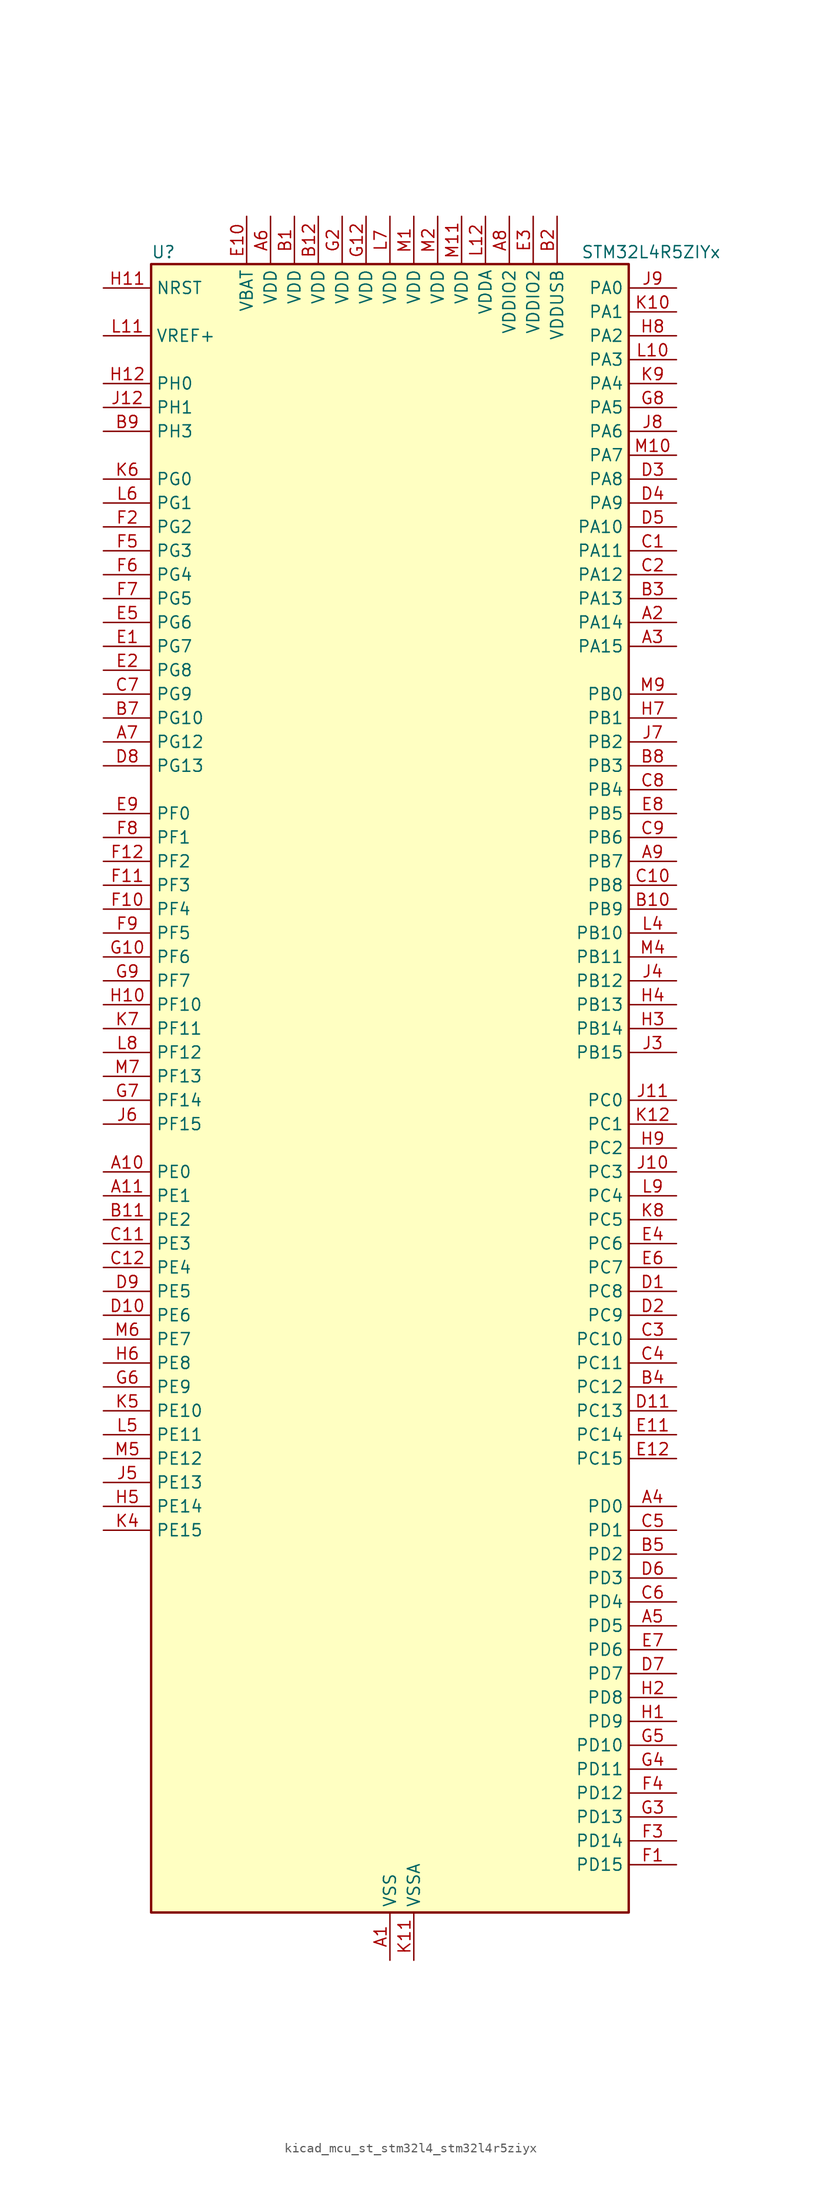
<source format=kicad_sym>
(kicad_symbol_lib
  (version 20220914)
  (generator kicad_symbol_editor)
  (symbol "kicad_mcu_st_stm32l4_stm32l4r5ziyx"
    (property "Reference" "U"
      (at -25.4 90.17 0)
      (effects (font (size 1.27 1.27)) (justify left)))
    (property "Value" "STM32L4R5ZIYx"
      (at 20.32 90.17 0)
      (effects (font (size 1.27 1.27)) (justify left)))
    (property "ki_locked" ""
      (at 0 0 0)
      (effects (font (size 1.27 1.27))))
    (symbol "kicad_mcu_st_stm32l4_stm32l4r5ziyx_0_1"
      (rectangle (start -25.4 -86.36) (end 25.4 88.9) (stroke (width 0.254) (type default)) (fill (type background))))
    (symbol "kicad_mcu_st_stm32l4_stm32l4r5ziyx_1_1"
      (pin power_in line (at 0 -91.44 90) (length 5.08) (name "VSS" (effects (font (size 1.27 1.27)))) (number "A1" (effects (font (size 1.27 1.27)))))
      (pin bidirectional line (at -30.48 -7.62 0) (length 5.08) (name "PE0" (effects (font (size 1.27 1.27)))) (number "A10" (effects (font (size 1.27 1.27)))) (alternate "DCMI_D2" bidirectional line) (alternate "FMC_NBL0" bidirectional line) (alternate "TIM16_CH1" bidirectional line) (alternate "TIM4_ETR" bidirectional line))
      (pin bidirectional line (at -30.48 -10.16 0) (length 5.08) (name "PE1" (effects (font (size 1.27 1.27)))) (number "A11" (effects (font (size 1.27 1.27)))) (alternate "DCMI_D3" bidirectional line) (alternate "FMC_NBL1" bidirectional line) (alternate "TIM17_CH1" bidirectional line))
      (pin passive line (at 0 -91.44 90) (length 5.08) hide (name "VSS" (effects (font (size 1.27 1.27)))) (number "A12" (effects (font (size 1.27 1.27)))))
      (pin bidirectional line (at 30.48 50.8 180) (length 5.08) (name "PA14" (effects (font (size 1.27 1.27)))) (number "A2" (effects (font (size 1.27 1.27)))) (alternate "I2C1_SMBA" bidirectional line) (alternate "I2C4_SMBA" bidirectional line) (alternate "LPTIM1_OUT" bidirectional line) (alternate "SAI1_FS_B" bidirectional line) (alternate "SYS_JTCK-SWCLK" bidirectional line) (alternate "USB_OTG_FS_SOF" bidirectional line))
      (pin bidirectional line (at 30.48 48.26 180) (length 5.08) (name "PA15" (effects (font (size 1.27 1.27)))) (number "A3" (effects (font (size 1.27 1.27)))) (alternate "ADC1_EXTI15" bidirectional line) (alternate "SAI2_FS_B" bidirectional line) (alternate "SPI1_NSS" bidirectional line) (alternate "SPI3_NSS" bidirectional line) (alternate "SYS_JTDI" bidirectional line) (alternate "TIM2_CH1" bidirectional line) (alternate "TIM2_ETR" bidirectional line) (alternate "TSC_G3_IO1" bidirectional line) (alternate "UART4_DE" bidirectional line) (alternate "UART4_RTS" bidirectional line) (alternate "USART2_RX" bidirectional line) (alternate "USART3_DE" bidirectional line) (alternate "USART3_RTS" bidirectional line))
      (pin bidirectional line (at 30.48 -43.18 180) (length 5.08) (name "PD0" (effects (font (size 1.27 1.27)))) (number "A4" (effects (font (size 1.27 1.27)))) (alternate "CAN1_RX" bidirectional line) (alternate "DFSDM1_DATIN7" bidirectional line) (alternate "FMC_D2" bidirectional line) (alternate "FMC_DA2" bidirectional line) (alternate "SPI2_NSS" bidirectional line))
      (pin bidirectional line (at 30.48 -55.88 180) (length 5.08) (name "PD5" (effects (font (size 1.27 1.27)))) (number "A5" (effects (font (size 1.27 1.27)))) (alternate "FMC_NWE" bidirectional line) (alternate "OCTOSPIM_P1_IO5" bidirectional line) (alternate "USART2_TX" bidirectional line))
      (pin power_in line (at -12.7 93.98 270) (length 5.08) (name "VDD" (effects (font (size 1.27 1.27)))) (number "A6" (effects (font (size 1.27 1.27)))))
      (pin bidirectional line (at -30.48 38.1 0) (length 5.08) (name "PG12" (effects (font (size 1.27 1.27)))) (number "A7" (effects (font (size 1.27 1.27)))) (alternate "FMC_NE4" bidirectional line) (alternate "LPTIM1_ETR" bidirectional line) (alternate "OCTOSPIM_P2_NCS" bidirectional line) (alternate "SAI2_SD_A" bidirectional line) (alternate "SPI3_NSS" bidirectional line) (alternate "USART1_DE" bidirectional line) (alternate "USART1_RTS" bidirectional line))
      (pin power_in line (at 12.7 93.98 270) (length 5.08) (name "VDDIO2" (effects (font (size 1.27 1.27)))) (number "A8" (effects (font (size 1.27 1.27)))))
      (pin bidirectional line (at 30.48 25.4 180) (length 5.08) (name "PB7" (effects (font (size 1.27 1.27)))) (number "A9" (effects (font (size 1.27 1.27)))) (alternate "COMP2_INM" bidirectional line) (alternate "DCMI_VSYNC" bidirectional line) (alternate "DFSDM1_CKIN5" bidirectional line) (alternate "FMC_NL" bidirectional line) (alternate "I2C1_SDA" bidirectional line) (alternate "I2C4_SDA" bidirectional line) (alternate "LPTIM1_IN2" bidirectional line) (alternate "SYS_PVD_IN" bidirectional line) (alternate "TIM17_CH1N" bidirectional line) (alternate "TIM4_CH2" bidirectional line) (alternate "TIM8_BKIN" bidirectional line) (alternate "TSC_G2_IO4" bidirectional line) (alternate "UART4_CTS" bidirectional line) (alternate "USART1_RX" bidirectional line))
      (pin power_in line (at -10.16 93.98 270) (length 5.08) (name "VDD" (effects (font (size 1.27 1.27)))) (number "B1" (effects (font (size 1.27 1.27)))))
      (pin bidirectional line (at 30.48 20.32 180) (length 5.08) (name "PB9" (effects (font (size 1.27 1.27)))) (number "B10" (effects (font (size 1.27 1.27)))) (alternate "CAN1_TX" bidirectional line) (alternate "DAC1_EXTI9" bidirectional line) (alternate "DCMI_D7" bidirectional line) (alternate "DFSDM1_CKIN6" bidirectional line) (alternate "I2C1_SDA" bidirectional line) (alternate "IR_OUT" bidirectional line) (alternate "SAI1_D2" bidirectional line) (alternate "SAI1_FS_A" bidirectional line) (alternate "SDMMC1_CDIR" bidirectional line) (alternate "SDMMC1_D5" bidirectional line) (alternate "SPI2_NSS" bidirectional line) (alternate "TIM17_CH1" bidirectional line) (alternate "TIM4_CH4" bidirectional line))
      (pin bidirectional line (at -30.48 -12.7 0) (length 5.08) (name "PE2" (effects (font (size 1.27 1.27)))) (number "B11" (effects (font (size 1.27 1.27)))) (alternate "FMC_A23" bidirectional line) (alternate "SAI1_CK1" bidirectional line) (alternate "SAI1_MCLK_A" bidirectional line) (alternate "SYS_TRACECLK" bidirectional line) (alternate "TIM3_ETR" bidirectional line) (alternate "TSC_G7_IO1" bidirectional line))
      (pin power_in line (at -7.62 93.98 270) (length 5.08) (name "VDD" (effects (font (size 1.27 1.27)))) (number "B12" (effects (font (size 1.27 1.27)))))
      (pin power_in line (at 17.78 93.98 270) (length 5.08) (name "VDDUSB" (effects (font (size 1.27 1.27)))) (number "B2" (effects (font (size 1.27 1.27)))))
      (pin bidirectional line (at 30.48 53.34 180) (length 5.08) (name "PA13" (effects (font (size 1.27 1.27)))) (number "B3" (effects (font (size 1.27 1.27)))) (alternate "IR_OUT" bidirectional line) (alternate "SAI1_SD_B" bidirectional line) (alternate "SYS_JTMS-SWDIO" bidirectional line) (alternate "USB_OTG_FS_NOE" bidirectional line))
      (pin bidirectional line (at 30.48 -30.48 180) (length 5.08) (name "PC12" (effects (font (size 1.27 1.27)))) (number "B4" (effects (font (size 1.27 1.27)))) (alternate "DCMI_D9" bidirectional line) (alternate "SAI2_SD_B" bidirectional line) (alternate "SDMMC1_CK" bidirectional line) (alternate "SPI3_MOSI" bidirectional line) (alternate "SYS_TRACED3" bidirectional line) (alternate "TSC_G3_IO4" bidirectional line) (alternate "UART5_TX" bidirectional line) (alternate "USART3_CK" bidirectional line))
      (pin bidirectional line (at 30.48 -48.26 180) (length 5.08) (name "PD2" (effects (font (size 1.27 1.27)))) (number "B5" (effects (font (size 1.27 1.27)))) (alternate "DCMI_D11" bidirectional line) (alternate "SDMMC1_CMD" bidirectional line) (alternate "SYS_TRACED2" bidirectional line) (alternate "TIM3_ETR" bidirectional line) (alternate "TSC_SYNC" bidirectional line) (alternate "UART5_RX" bidirectional line) (alternate "USART3_DE" bidirectional line) (alternate "USART3_RTS" bidirectional line))
      (pin passive line (at 0 -91.44 90) (length 5.08) hide (name "VSS" (effects (font (size 1.27 1.27)))) (number "B6" (effects (font (size 1.27 1.27)))))
      (pin bidirectional line (at -30.48 40.64 0) (length 5.08) (name "PG10" (effects (font (size 1.27 1.27)))) (number "B7" (effects (font (size 1.27 1.27)))) (alternate "FMC_NE3" bidirectional line) (alternate "LPTIM1_IN1" bidirectional line) (alternate "OCTOSPIM_P2_IO7" bidirectional line) (alternate "SAI2_FS_A" bidirectional line) (alternate "SPI3_MISO" bidirectional line) (alternate "TIM15_CH1" bidirectional line) (alternate "USART1_RX" bidirectional line))
      (pin bidirectional line (at 30.48 35.56 180) (length 5.08) (name "PB3" (effects (font (size 1.27 1.27)))) (number "B8" (effects (font (size 1.27 1.27)))) (alternate "COMP2_INM" bidirectional line) (alternate "CRS_SYNC" bidirectional line) (alternate "SAI1_SCK_B" bidirectional line) (alternate "SPI1_SCK" bidirectional line) (alternate "SPI3_SCK" bidirectional line) (alternate "SYS_JTDO-SWO" bidirectional line) (alternate "TIM2_CH2" bidirectional line) (alternate "USART1_DE" bidirectional line) (alternate "USART1_RTS" bidirectional line))
      (pin bidirectional line (at -30.48 71.12 0) (length 5.08) (name "PH3" (effects (font (size 1.27 1.27)))) (number "B9" (effects (font (size 1.27 1.27)))))
      (pin bidirectional line (at 30.48 58.42 180) (length 5.08) (name "PA11" (effects (font (size 1.27 1.27)))) (number "C1" (effects (font (size 1.27 1.27)))) (alternate "ADC1_EXTI11" bidirectional line) (alternate "CAN1_RX" bidirectional line) (alternate "SPI1_MISO" bidirectional line) (alternate "TIM1_BKIN2" bidirectional line) (alternate "TIM1_CH4" bidirectional line) (alternate "USART1_CTS" bidirectional line) (alternate "USART1_NSS" bidirectional line) (alternate "USB_OTG_FS_DM" bidirectional line))
      (pin bidirectional line (at 30.48 22.86 180) (length 5.08) (name "PB8" (effects (font (size 1.27 1.27)))) (number "C10" (effects (font (size 1.27 1.27)))) (alternate "CAN1_RX" bidirectional line) (alternate "DCMI_D6" bidirectional line) (alternate "DFSDM1_CKOUT" bidirectional line) (alternate "DFSDM1_DATIN6" bidirectional line) (alternate "I2C1_SCL" bidirectional line) (alternate "SAI1_CK1" bidirectional line) (alternate "SAI1_MCLK_A" bidirectional line) (alternate "SDMMC1_CKIN" bidirectional line) (alternate "SDMMC1_D4" bidirectional line) (alternate "TIM16_CH1" bidirectional line) (alternate "TIM4_CH3" bidirectional line))
      (pin bidirectional line (at -30.48 -15.24 0) (length 5.08) (name "PE3" (effects (font (size 1.27 1.27)))) (number "C11" (effects (font (size 1.27 1.27)))) (alternate "FMC_A19" bidirectional line) (alternate "OCTOSPIM_P1_DQS" bidirectional line) (alternate "SAI1_SD_B" bidirectional line) (alternate "SYS_TRACED0" bidirectional line) (alternate "TIM3_CH1" bidirectional line) (alternate "TSC_G7_IO2" bidirectional line))
      (pin bidirectional line (at -30.48 -17.78 0) (length 5.08) (name "PE4" (effects (font (size 1.27 1.27)))) (number "C12" (effects (font (size 1.27 1.27)))) (alternate "DCMI_D4" bidirectional line) (alternate "DFSDM1_DATIN3" bidirectional line) (alternate "FMC_A20" bidirectional line) (alternate "SAI1_D2" bidirectional line) (alternate "SAI1_FS_A" bidirectional line) (alternate "SYS_TRACED1" bidirectional line) (alternate "TIM3_CH2" bidirectional line) (alternate "TSC_G7_IO3" bidirectional line))
      (pin bidirectional line (at 30.48 55.88 180) (length 5.08) (name "PA12" (effects (font (size 1.27 1.27)))) (number "C2" (effects (font (size 1.27 1.27)))) (alternate "CAN1_TX" bidirectional line) (alternate "SPI1_MOSI" bidirectional line) (alternate "TIM1_ETR" bidirectional line) (alternate "USART1_DE" bidirectional line) (alternate "USART1_RTS" bidirectional line) (alternate "USB_OTG_FS_DP" bidirectional line))
      (pin bidirectional line (at 30.48 -25.4 180) (length 5.08) (name "PC10" (effects (font (size 1.27 1.27)))) (number "C3" (effects (font (size 1.27 1.27)))) (alternate "DCMI_D8" bidirectional line) (alternate "SAI2_SCK_B" bidirectional line) (alternate "SDMMC1_D2" bidirectional line) (alternate "SPI3_SCK" bidirectional line) (alternate "SYS_TRACED1" bidirectional line) (alternate "TSC_G3_IO2" bidirectional line) (alternate "UART4_TX" bidirectional line) (alternate "USART3_TX" bidirectional line))
      (pin bidirectional line (at 30.48 -27.94 180) (length 5.08) (name "PC11" (effects (font (size 1.27 1.27)))) (number "C4" (effects (font (size 1.27 1.27)))) (alternate "ADC1_EXTI11" bidirectional line) (alternate "DCMI_D2" bidirectional line) (alternate "DCMI_D4" bidirectional line) (alternate "OCTOSPIM_P1_NCS" bidirectional line) (alternate "SAI2_MCLK_B" bidirectional line) (alternate "SDMMC1_D3" bidirectional line) (alternate "SPI3_MISO" bidirectional line) (alternate "TSC_G3_IO3" bidirectional line) (alternate "UART4_RX" bidirectional line) (alternate "USART3_RX" bidirectional line))
      (pin bidirectional line (at 30.48 -45.72 180) (length 5.08) (name "PD1" (effects (font (size 1.27 1.27)))) (number "C5" (effects (font (size 1.27 1.27)))) (alternate "CAN1_TX" bidirectional line) (alternate "DFSDM1_CKIN7" bidirectional line) (alternate "FMC_D3" bidirectional line) (alternate "FMC_DA3" bidirectional line) (alternate "SPI2_SCK" bidirectional line))
      (pin bidirectional line (at 30.48 -53.34 180) (length 5.08) (name "PD4" (effects (font (size 1.27 1.27)))) (number "C6" (effects (font (size 1.27 1.27)))) (alternate "DFSDM1_CKIN0" bidirectional line) (alternate "FMC_NOE" bidirectional line) (alternate "OCTOSPIM_P1_IO4" bidirectional line) (alternate "SPI2_MOSI" bidirectional line) (alternate "USART2_DE" bidirectional line) (alternate "USART2_RTS" bidirectional line))
      (pin bidirectional line (at -30.48 43.18 0) (length 5.08) (name "PG9" (effects (font (size 1.27 1.27)))) (number "C7" (effects (font (size 1.27 1.27)))) (alternate "DAC1_EXTI9" bidirectional line) (alternate "FMC_NCE" bidirectional line) (alternate "FMC_NE2" bidirectional line) (alternate "OCTOSPIM_P2_IO6" bidirectional line) (alternate "SAI2_SCK_A" bidirectional line) (alternate "SPI3_SCK" bidirectional line) (alternate "TIM15_CH1N" bidirectional line) (alternate "USART1_TX" bidirectional line))
      (pin bidirectional line (at 30.48 33.02 180) (length 5.08) (name "PB4" (effects (font (size 1.27 1.27)))) (number "C8" (effects (font (size 1.27 1.27)))) (alternate "COMP2_INP" bidirectional line) (alternate "DCMI_D12" bidirectional line) (alternate "I2C3_SDA" bidirectional line) (alternate "SAI1_MCLK_B" bidirectional line) (alternate "SPI1_MISO" bidirectional line) (alternate "SPI3_MISO" bidirectional line) (alternate "SYS_JTRST" bidirectional line) (alternate "TIM17_BKIN" bidirectional line) (alternate "TIM3_CH1" bidirectional line) (alternate "TSC_G2_IO1" bidirectional line) (alternate "UART5_DE" bidirectional line) (alternate "UART5_RTS" bidirectional line) (alternate "USART1_CTS" bidirectional line) (alternate "USART1_NSS" bidirectional line))
      (pin bidirectional line (at 30.48 27.94 180) (length 5.08) (name "PB6" (effects (font (size 1.27 1.27)))) (number "C9" (effects (font (size 1.27 1.27)))) (alternate "COMP2_INP" bidirectional line) (alternate "DCMI_D5" bidirectional line) (alternate "DFSDM1_DATIN5" bidirectional line) (alternate "I2C1_SCL" bidirectional line) (alternate "I2C4_SCL" bidirectional line) (alternate "LPTIM1_ETR" bidirectional line) (alternate "SAI1_FS_B" bidirectional line) (alternate "TIM16_CH1N" bidirectional line) (alternate "TIM4_CH1" bidirectional line) (alternate "TIM8_BKIN2" bidirectional line) (alternate "TSC_G2_IO3" bidirectional line) (alternate "USART1_TX" bidirectional line))
      (pin bidirectional line (at 30.48 -20.32 180) (length 5.08) (name "PC8" (effects (font (size 1.27 1.27)))) (number "D1" (effects (font (size 1.27 1.27)))) (alternate "DCMI_D2" bidirectional line) (alternate "SDMMC1_D0" bidirectional line) (alternate "TIM3_CH3" bidirectional line) (alternate "TIM8_CH3" bidirectional line) (alternate "TSC_G4_IO3" bidirectional line))
      (pin bidirectional line (at -30.48 -22.86 0) (length 5.08) (name "PE6" (effects (font (size 1.27 1.27)))) (number "D10" (effects (font (size 1.27 1.27)))) (alternate "DCMI_D7" bidirectional line) (alternate "FMC_A22" bidirectional line) (alternate "RTC_TAMP3" bidirectional line) (alternate "SAI1_D1" bidirectional line) (alternate "SAI1_SD_A" bidirectional line) (alternate "SYS_TRACED3" bidirectional line) (alternate "SYS_WKUP3" bidirectional line) (alternate "TIM3_CH4" bidirectional line))
      (pin bidirectional line (at 30.48 -33.02 180) (length 5.08) (name "PC13" (effects (font (size 1.27 1.27)))) (number "D11" (effects (font (size 1.27 1.27)))) (alternate "RTC_OUT_ALARM" bidirectional line) (alternate "RTC_OUT_CALIB" bidirectional line) (alternate "RTC_TAMP1" bidirectional line) (alternate "RTC_TS" bidirectional line) (alternate "SYS_WKUP2" bidirectional line))
      (pin passive line (at 0 -91.44 90) (length 5.08) hide (name "VSS" (effects (font (size 1.27 1.27)))) (number "D12" (effects (font (size 1.27 1.27)))))
      (pin bidirectional line (at 30.48 -22.86 180) (length 5.08) (name "PC9" (effects (font (size 1.27 1.27)))) (number "D2" (effects (font (size 1.27 1.27)))) (alternate "DAC1_EXTI9" bidirectional line) (alternate "DCMI_D3" bidirectional line) (alternate "I2C3_SDA" bidirectional line) (alternate "SAI2_EXTCLK" bidirectional line) (alternate "SDMMC1_D1" bidirectional line) (alternate "SYS_TRACED0" bidirectional line) (alternate "TIM3_CH4" bidirectional line) (alternate "TIM8_BKIN2" bidirectional line) (alternate "TIM8_CH4" bidirectional line) (alternate "TSC_G4_IO4" bidirectional line) (alternate "USB_OTG_FS_NOE" bidirectional line))
      (pin bidirectional line (at 30.48 66.04 180) (length 5.08) (name "PA8" (effects (font (size 1.27 1.27)))) (number "D3" (effects (font (size 1.27 1.27)))) (alternate "LPTIM2_OUT" bidirectional line) (alternate "RCC_MCO" bidirectional line) (alternate "SAI1_CK2" bidirectional line) (alternate "SAI1_SCK_A" bidirectional line) (alternate "TIM1_CH1" bidirectional line) (alternate "USART1_CK" bidirectional line) (alternate "USB_OTG_FS_SOF" bidirectional line))
      (pin bidirectional line (at 30.48 63.5 180) (length 5.08) (name "PA9" (effects (font (size 1.27 1.27)))) (number "D4" (effects (font (size 1.27 1.27)))) (alternate "DAC1_EXTI9" bidirectional line) (alternate "DCMI_D0" bidirectional line) (alternate "SAI1_FS_A" bidirectional line) (alternate "SPI2_SCK" bidirectional line) (alternate "TIM15_BKIN" bidirectional line) (alternate "TIM1_CH2" bidirectional line) (alternate "USART1_TX" bidirectional line) (alternate "USB_OTG_FS_VBUS" bidirectional line))
      (pin bidirectional line (at 30.48 60.96 180) (length 5.08) (name "PA10" (effects (font (size 1.27 1.27)))) (number "D5" (effects (font (size 1.27 1.27)))) (alternate "DCMI_D1" bidirectional line) (alternate "SAI1_D1" bidirectional line) (alternate "SAI1_SD_A" bidirectional line) (alternate "TIM17_BKIN" bidirectional line) (alternate "TIM1_CH3" bidirectional line) (alternate "USART1_RX" bidirectional line) (alternate "USB_OTG_FS_ID" bidirectional line))
      (pin bidirectional line (at 30.48 -50.8 180) (length 5.08) (name "PD3" (effects (font (size 1.27 1.27)))) (number "D6" (effects (font (size 1.27 1.27)))) (alternate "DCMI_D5" bidirectional line) (alternate "DFSDM1_DATIN0" bidirectional line) (alternate "FMC_CLK" bidirectional line) (alternate "OCTOSPIM_P2_NCS" bidirectional line) (alternate "SPI2_MISO" bidirectional line) (alternate "SPI2_SCK" bidirectional line) (alternate "USART2_CTS" bidirectional line) (alternate "USART2_NSS" bidirectional line))
      (pin bidirectional line (at 30.48 -60.96 180) (length 5.08) (name "PD7" (effects (font (size 1.27 1.27)))) (number "D7" (effects (font (size 1.27 1.27)))) (alternate "DFSDM1_CKIN1" bidirectional line) (alternate "FMC_NCE" bidirectional line) (alternate "FMC_NE1" bidirectional line) (alternate "OCTOSPIM_P1_IO7" bidirectional line) (alternate "USART2_CK" bidirectional line))
      (pin bidirectional line (at -30.48 35.56 0) (length 5.08) (name "PG13" (effects (font (size 1.27 1.27)))) (number "D8" (effects (font (size 1.27 1.27)))) (alternate "FMC_A24" bidirectional line) (alternate "I2C1_SDA" bidirectional line) (alternate "USART1_CK" bidirectional line))
      (pin bidirectional line (at -30.48 -20.32 0) (length 5.08) (name "PE5" (effects (font (size 1.27 1.27)))) (number "D9" (effects (font (size 1.27 1.27)))) (alternate "DCMI_D6" bidirectional line) (alternate "DFSDM1_CKIN3" bidirectional line) (alternate "FMC_A21" bidirectional line) (alternate "SAI1_CK2" bidirectional line) (alternate "SAI1_SCK_A" bidirectional line) (alternate "SYS_TRACED2" bidirectional line) (alternate "TIM3_CH3" bidirectional line) (alternate "TSC_G7_IO4" bidirectional line))
      (pin bidirectional line (at -30.48 48.26 0) (length 5.08) (name "PG7" (effects (font (size 1.27 1.27)))) (number "E1" (effects (font (size 1.27 1.27)))) (alternate "DFSDM1_CKOUT" bidirectional line) (alternate "FMC_INT" bidirectional line) (alternate "I2C3_SCL" bidirectional line) (alternate "LPUART1_TX" bidirectional line) (alternate "OCTOSPIM_P2_DQS" bidirectional line) (alternate "SAI1_CK1" bidirectional line) (alternate "SAI1_MCLK_A" bidirectional line))
      (pin power_in line (at -15.24 93.98 270) (length 5.08) (name "VBAT" (effects (font (size 1.27 1.27)))) (number "E10" (effects (font (size 1.27 1.27)))))
      (pin bidirectional line (at 30.48 -35.56 180) (length 5.08) (name "PC14" (effects (font (size 1.27 1.27)))) (number "E11" (effects (font (size 1.27 1.27)))) (alternate "RCC_OSC32_IN" bidirectional line))
      (pin bidirectional line (at 30.48 -38.1 180) (length 5.08) (name "PC15" (effects (font (size 1.27 1.27)))) (number "E12" (effects (font (size 1.27 1.27)))) (alternate "ADC1_EXTI15" bidirectional line) (alternate "RCC_OSC32_OUT" bidirectional line))
      (pin bidirectional line (at -30.48 45.72 0) (length 5.08) (name "PG8" (effects (font (size 1.27 1.27)))) (number "E2" (effects (font (size 1.27 1.27)))) (alternate "I2C3_SDA" bidirectional line) (alternate "LPUART1_RX" bidirectional line))
      (pin power_in line (at 15.24 93.98 270) (length 5.08) (name "VDDIO2" (effects (font (size 1.27 1.27)))) (number "E3" (effects (font (size 1.27 1.27)))))
      (pin bidirectional line (at 30.48 -15.24 180) (length 5.08) (name "PC6" (effects (font (size 1.27 1.27)))) (number "E4" (effects (font (size 1.27 1.27)))) (alternate "DCMI_D0" bidirectional line) (alternate "DFSDM1_CKIN3" bidirectional line) (alternate "SAI2_MCLK_A" bidirectional line) (alternate "SDMMC1_D0DIR" bidirectional line) (alternate "SDMMC1_D6" bidirectional line) (alternate "TIM3_CH1" bidirectional line) (alternate "TIM8_CH1" bidirectional line) (alternate "TSC_G4_IO1" bidirectional line))
      (pin bidirectional line (at -30.48 50.8 0) (length 5.08) (name "PG6" (effects (font (size 1.27 1.27)))) (number "E5" (effects (font (size 1.27 1.27)))) (alternate "I2C3_SMBA" bidirectional line) (alternate "LPUART1_DE" bidirectional line) (alternate "LPUART1_RTS" bidirectional line) (alternate "OCTOSPIM_P1_DQS" bidirectional line))
      (pin bidirectional line (at 30.48 -17.78 180) (length 5.08) (name "PC7" (effects (font (size 1.27 1.27)))) (number "E6" (effects (font (size 1.27 1.27)))) (alternate "DCMI_D1" bidirectional line) (alternate "DFSDM1_DATIN3" bidirectional line) (alternate "SAI2_MCLK_B" bidirectional line) (alternate "SDMMC1_D123DIR" bidirectional line) (alternate "SDMMC1_D7" bidirectional line) (alternate "TIM3_CH2" bidirectional line) (alternate "TIM8_CH2" bidirectional line) (alternate "TSC_G4_IO2" bidirectional line))
      (pin bidirectional line (at 30.48 -58.42 180) (length 5.08) (name "PD6" (effects (font (size 1.27 1.27)))) (number "E7" (effects (font (size 1.27 1.27)))) (alternate "DCMI_D10" bidirectional line) (alternate "DFSDM1_DATIN1" bidirectional line) (alternate "FMC_NWAIT" bidirectional line) (alternate "OCTOSPIM_P1_IO6" bidirectional line) (alternate "SAI1_D1" bidirectional line) (alternate "SAI1_SD_A" bidirectional line) (alternate "SPI3_MOSI" bidirectional line) (alternate "USART2_RX" bidirectional line))
      (pin bidirectional line (at 30.48 30.48 180) (length 5.08) (name "PB5" (effects (font (size 1.27 1.27)))) (number "E8" (effects (font (size 1.27 1.27)))) (alternate "COMP2_OUT" bidirectional line) (alternate "DCMI_D10" bidirectional line) (alternate "I2C1_SMBA" bidirectional line) (alternate "LPTIM1_IN1" bidirectional line) (alternate "SAI1_SD_B" bidirectional line) (alternate "SPI1_MOSI" bidirectional line) (alternate "SPI3_MOSI" bidirectional line) (alternate "TIM16_BKIN" bidirectional line) (alternate "TIM3_CH2" bidirectional line) (alternate "TSC_G2_IO2" bidirectional line) (alternate "UART5_CTS" bidirectional line) (alternate "USART1_CK" bidirectional line))
      (pin bidirectional line (at -30.48 30.48 0) (length 5.08) (name "PF0" (effects (font (size 1.27 1.27)))) (number "E9" (effects (font (size 1.27 1.27)))) (alternate "FMC_A0" bidirectional line) (alternate "I2C2_SDA" bidirectional line) (alternate "OCTOSPIM_P2_IO0" bidirectional line))
      (pin bidirectional line (at 30.48 -81.28 180) (length 5.08) (name "PD15" (effects (font (size 1.27 1.27)))) (number "F1" (effects (font (size 1.27 1.27)))) (alternate "ADC1_EXTI15" bidirectional line) (alternate "FMC_D1" bidirectional line) (alternate "FMC_DA1" bidirectional line) (alternate "TIM4_CH4" bidirectional line))
      (pin bidirectional line (at -30.48 20.32 0) (length 5.08) (name "PF4" (effects (font (size 1.27 1.27)))) (number "F10" (effects (font (size 1.27 1.27)))) (alternate "FMC_A4" bidirectional line) (alternate "OCTOSPIM_P2_CLK" bidirectional line))
      (pin bidirectional line (at -30.48 22.86 0) (length 5.08) (name "PF3" (effects (font (size 1.27 1.27)))) (number "F11" (effects (font (size 1.27 1.27)))) (alternate "FMC_A3" bidirectional line) (alternate "OCTOSPIM_P2_IO3" bidirectional line))
      (pin bidirectional line (at -30.48 25.4 0) (length 5.08) (name "PF2" (effects (font (size 1.27 1.27)))) (number "F12" (effects (font (size 1.27 1.27)))) (alternate "FMC_A2" bidirectional line) (alternate "I2C2_SMBA" bidirectional line) (alternate "OCTOSPIM_P2_IO2" bidirectional line))
      (pin bidirectional line (at -30.48 60.96 0) (length 5.08) (name "PG2" (effects (font (size 1.27 1.27)))) (number "F2" (effects (font (size 1.27 1.27)))) (alternate "FMC_A12" bidirectional line) (alternate "SAI2_SCK_B" bidirectional line) (alternate "SPI1_SCK" bidirectional line))
      (pin bidirectional line (at 30.48 -78.74 180) (length 5.08) (name "PD14" (effects (font (size 1.27 1.27)))) (number "F3" (effects (font (size 1.27 1.27)))) (alternate "FMC_D0" bidirectional line) (alternate "FMC_DA0" bidirectional line) (alternate "TIM4_CH3" bidirectional line))
      (pin bidirectional line (at 30.48 -73.66 180) (length 5.08) (name "PD12" (effects (font (size 1.27 1.27)))) (number "F4" (effects (font (size 1.27 1.27)))) (alternate "FMC_A17" bidirectional line) (alternate "FMC_ALE" bidirectional line) (alternate "I2C4_SCL" bidirectional line) (alternate "LPTIM2_IN1" bidirectional line) (alternate "SAI2_FS_A" bidirectional line) (alternate "TIM4_CH1" bidirectional line) (alternate "TSC_G6_IO3" bidirectional line) (alternate "USART3_DE" bidirectional line) (alternate "USART3_RTS" bidirectional line))
      (pin bidirectional line (at -30.48 58.42 0) (length 5.08) (name "PG3" (effects (font (size 1.27 1.27)))) (number "F5" (effects (font (size 1.27 1.27)))) (alternate "FMC_A13" bidirectional line) (alternate "SAI2_FS_B" bidirectional line) (alternate "SPI1_MISO" bidirectional line))
      (pin bidirectional line (at -30.48 55.88 0) (length 5.08) (name "PG4" (effects (font (size 1.27 1.27)))) (number "F6" (effects (font (size 1.27 1.27)))) (alternate "FMC_A14" bidirectional line) (alternate "SAI2_MCLK_B" bidirectional line) (alternate "SPI1_MOSI" bidirectional line))
      (pin bidirectional line (at -30.48 53.34 0) (length 5.08) (name "PG5" (effects (font (size 1.27 1.27)))) (number "F7" (effects (font (size 1.27 1.27)))) (alternate "FMC_A15" bidirectional line) (alternate "LPUART1_CTS" bidirectional line) (alternate "SAI2_SD_B" bidirectional line) (alternate "SPI1_NSS" bidirectional line))
      (pin bidirectional line (at -30.48 27.94 0) (length 5.08) (name "PF1" (effects (font (size 1.27 1.27)))) (number "F8" (effects (font (size 1.27 1.27)))) (alternate "FMC_A1" bidirectional line) (alternate "I2C2_SCL" bidirectional line) (alternate "OCTOSPIM_P2_IO1" bidirectional line))
      (pin bidirectional line (at -30.48 17.78 0) (length 5.08) (name "PF5" (effects (font (size 1.27 1.27)))) (number "F9" (effects (font (size 1.27 1.27)))) (alternate "FMC_A5" bidirectional line))
      (pin passive line (at 0 -91.44 90) (length 5.08) hide (name "VSS" (effects (font (size 1.27 1.27)))) (number "G1" (effects (font (size 1.27 1.27)))))
      (pin bidirectional line (at -30.48 15.24 0) (length 5.08) (name "PF6" (effects (font (size 1.27 1.27)))) (number "G10" (effects (font (size 1.27 1.27)))) (alternate "OCTOSPIM_P1_IO3" bidirectional line) (alternate "SAI1_SD_B" bidirectional line) (alternate "TIM5_CH1" bidirectional line) (alternate "TIM5_ETR" bidirectional line))
      (pin passive line (at 0 -91.44 90) (length 5.08) hide (name "VSS" (effects (font (size 1.27 1.27)))) (number "G11" (effects (font (size 1.27 1.27)))))
      (pin power_in line (at -2.54 93.98 270) (length 5.08) (name "VDD" (effects (font (size 1.27 1.27)))) (number "G12" (effects (font (size 1.27 1.27)))))
      (pin power_in line (at -5.08 93.98 270) (length 5.08) (name "VDD" (effects (font (size 1.27 1.27)))) (number "G2" (effects (font (size 1.27 1.27)))))
      (pin bidirectional line (at 30.48 -76.2 180) (length 5.08) (name "PD13" (effects (font (size 1.27 1.27)))) (number "G3" (effects (font (size 1.27 1.27)))) (alternate "FMC_A18" bidirectional line) (alternate "I2C4_SDA" bidirectional line) (alternate "LPTIM2_OUT" bidirectional line) (alternate "TIM4_CH2" bidirectional line) (alternate "TSC_G6_IO4" bidirectional line))
      (pin bidirectional line (at 30.48 -71.12 180) (length 5.08) (name "PD11" (effects (font (size 1.27 1.27)))) (number "G4" (effects (font (size 1.27 1.27)))) (alternate "ADC1_EXTI11" bidirectional line) (alternate "FMC_A16" bidirectional line) (alternate "FMC_CLE" bidirectional line) (alternate "I2C4_SMBA" bidirectional line) (alternate "LPTIM2_ETR" bidirectional line) (alternate "SAI2_SD_A" bidirectional line) (alternate "TSC_G6_IO2" bidirectional line) (alternate "USART3_CTS" bidirectional line) (alternate "USART3_NSS" bidirectional line))
      (pin bidirectional line (at 30.48 -68.58 180) (length 5.08) (name "PD10" (effects (font (size 1.27 1.27)))) (number "G5" (effects (font (size 1.27 1.27)))) (alternate "FMC_D15" bidirectional line) (alternate "FMC_DA15" bidirectional line) (alternate "SAI2_SCK_A" bidirectional line) (alternate "TSC_G6_IO1" bidirectional line) (alternate "USART3_CK" bidirectional line))
      (pin bidirectional line (at -30.48 -30.48 0) (length 5.08) (name "PE9" (effects (font (size 1.27 1.27)))) (number "G6" (effects (font (size 1.27 1.27)))) (alternate "DAC1_EXTI9" bidirectional line) (alternate "DFSDM1_CKOUT" bidirectional line) (alternate "FMC_D6" bidirectional line) (alternate "FMC_DA6" bidirectional line) (alternate "SAI1_FS_B" bidirectional line) (alternate "TIM1_CH1" bidirectional line))
      (pin bidirectional line (at -30.48 0 0) (length 5.08) (name "PF14" (effects (font (size 1.27 1.27)))) (number "G7" (effects (font (size 1.27 1.27)))) (alternate "DFSDM1_CKIN6" bidirectional line) (alternate "FMC_A8" bidirectional line) (alternate "I2C4_SCL" bidirectional line) (alternate "TSC_G8_IO1" bidirectional line))
      (pin bidirectional line (at 30.48 73.66 180) (length 5.08) (name "PA5" (effects (font (size 1.27 1.27)))) (number "G8" (effects (font (size 1.27 1.27)))) (alternate "ADC1_IN10" bidirectional line) (alternate "DAC1_OUT2" bidirectional line) (alternate "LPTIM2_ETR" bidirectional line) (alternate "SPI1_SCK" bidirectional line) (alternate "TIM2_CH1" bidirectional line) (alternate "TIM2_ETR" bidirectional line) (alternate "TIM8_CH1N" bidirectional line))
      (pin bidirectional line (at -30.48 12.7 0) (length 5.08) (name "PF7" (effects (font (size 1.27 1.27)))) (number "G9" (effects (font (size 1.27 1.27)))) (alternate "OCTOSPIM_P1_IO2" bidirectional line) (alternate "SAI1_MCLK_B" bidirectional line) (alternate "TIM5_CH2" bidirectional line))
      (pin bidirectional line (at 30.48 -66.04 180) (length 5.08) (name "PD9" (effects (font (size 1.27 1.27)))) (number "H1" (effects (font (size 1.27 1.27)))) (alternate "DAC1_EXTI9" bidirectional line) (alternate "DCMI_PIXCLK" bidirectional line) (alternate "FMC_D14" bidirectional line) (alternate "FMC_DA14" bidirectional line) (alternate "SAI2_MCLK_A" bidirectional line) (alternate "USART3_RX" bidirectional line))
      (pin bidirectional line (at -30.48 10.16 0) (length 5.08) (name "PF10" (effects (font (size 1.27 1.27)))) (number "H10" (effects (font (size 1.27 1.27)))) (alternate "DCMI_D11" bidirectional line) (alternate "DFSDM1_CKOUT" bidirectional line) (alternate "OCTOSPIM_P1_CLK" bidirectional line) (alternate "SAI1_D3" bidirectional line) (alternate "TIM15_CH2" bidirectional line))
      (pin input line (at -30.48 86.36 0) (length 5.08) (name "NRST" (effects (font (size 1.27 1.27)))) (number "H11" (effects (font (size 1.27 1.27)))))
      (pin bidirectional line (at -30.48 76.2 0) (length 5.08) (name "PH0" (effects (font (size 1.27 1.27)))) (number "H12" (effects (font (size 1.27 1.27)))) (alternate "RCC_OSC_IN" bidirectional line))
      (pin bidirectional line (at 30.48 -63.5 180) (length 5.08) (name "PD8" (effects (font (size 1.27 1.27)))) (number "H2" (effects (font (size 1.27 1.27)))) (alternate "DCMI_HSYNC" bidirectional line) (alternate "FMC_D13" bidirectional line) (alternate "FMC_DA13" bidirectional line) (alternate "USART3_TX" bidirectional line))
      (pin bidirectional line (at 30.48 7.62 180) (length 5.08) (name "PB14" (effects (font (size 1.27 1.27)))) (number "H3" (effects (font (size 1.27 1.27)))) (alternate "DFSDM1_DATIN2" bidirectional line) (alternate "I2C2_SDA" bidirectional line) (alternate "SAI2_MCLK_A" bidirectional line) (alternate "SPI2_MISO" bidirectional line) (alternate "TIM15_CH1" bidirectional line) (alternate "TIM1_CH2N" bidirectional line) (alternate "TIM8_CH2N" bidirectional line) (alternate "TSC_G1_IO3" bidirectional line) (alternate "USART3_DE" bidirectional line) (alternate "USART3_RTS" bidirectional line))
      (pin bidirectional line (at 30.48 10.16 180) (length 5.08) (name "PB13" (effects (font (size 1.27 1.27)))) (number "H4" (effects (font (size 1.27 1.27)))) (alternate "DFSDM1_CKIN1" bidirectional line) (alternate "I2C2_SCL" bidirectional line) (alternate "LPUART1_CTS" bidirectional line) (alternate "SAI2_SCK_A" bidirectional line) (alternate "SPI2_SCK" bidirectional line) (alternate "TIM15_CH1N" bidirectional line) (alternate "TIM1_CH1N" bidirectional line) (alternate "TSC_G1_IO2" bidirectional line) (alternate "USART3_CTS" bidirectional line) (alternate "USART3_NSS" bidirectional line))
      (pin bidirectional line (at -30.48 -43.18 0) (length 5.08) (name "PE14" (effects (font (size 1.27 1.27)))) (number "H5" (effects (font (size 1.27 1.27)))) (alternate "FMC_D11" bidirectional line) (alternate "FMC_DA11" bidirectional line) (alternate "OCTOSPIM_P1_IO2" bidirectional line) (alternate "SPI1_MISO" bidirectional line) (alternate "TIM1_BKIN2" bidirectional line) (alternate "TIM1_CH4" bidirectional line))
      (pin bidirectional line (at -30.48 -27.94 0) (length 5.08) (name "PE8" (effects (font (size 1.27 1.27)))) (number "H6" (effects (font (size 1.27 1.27)))) (alternate "DFSDM1_CKIN2" bidirectional line) (alternate "FMC_D5" bidirectional line) (alternate "FMC_DA5" bidirectional line) (alternate "SAI1_SCK_B" bidirectional line) (alternate "TIM1_CH1N" bidirectional line))
      (pin bidirectional line (at 30.48 40.64 180) (length 5.08) (name "PB1" (effects (font (size 1.27 1.27)))) (number "H7" (effects (font (size 1.27 1.27)))) (alternate "ADC1_IN16" bidirectional line) (alternate "COMP1_INM" bidirectional line) (alternate "DFSDM1_DATIN0" bidirectional line) (alternate "LPTIM2_IN1" bidirectional line) (alternate "LPUART1_DE" bidirectional line) (alternate "LPUART1_RTS" bidirectional line) (alternate "OCTOSPIM_P1_IO0" bidirectional line) (alternate "TIM1_CH3N" bidirectional line) (alternate "TIM3_CH4" bidirectional line) (alternate "TIM8_CH3N" bidirectional line) (alternate "USART3_DE" bidirectional line) (alternate "USART3_RTS" bidirectional line))
      (pin bidirectional line (at 30.48 81.28 180) (length 5.08) (name "PA2" (effects (font (size 1.27 1.27)))) (number "H8" (effects (font (size 1.27 1.27)))) (alternate "ADC1_IN7" bidirectional line) (alternate "LPUART1_TX" bidirectional line) (alternate "OCTOSPIM_P1_NCS" bidirectional line) (alternate "RCC_LSCO" bidirectional line) (alternate "SAI2_EXTCLK" bidirectional line) (alternate "SYS_WKUP4" bidirectional line) (alternate "TIM15_CH1" bidirectional line) (alternate "TIM2_CH3" bidirectional line) (alternate "TIM5_CH3" bidirectional line) (alternate "USART2_TX" bidirectional line))
      (pin bidirectional line (at 30.48 -5.08 180) (length 5.08) (name "PC2" (effects (font (size 1.27 1.27)))) (number "H9" (effects (font (size 1.27 1.27)))) (alternate "ADC1_IN3" bidirectional line) (alternate "DFSDM1_CKOUT" bidirectional line) (alternate "LPTIM1_IN2" bidirectional line) (alternate "OCTOSPIM_P1_IO5" bidirectional line) (alternate "SPI2_MISO" bidirectional line))
      (pin no_connect line (at -25.4 -86.36 0) (length 5.08) hide (name "NC" (effects (font (size 1.27 1.27)))) (number "J1" (effects (font (size 1.27 1.27)))))
      (pin bidirectional line (at 30.48 -7.62 180) (length 5.08) (name "PC3" (effects (font (size 1.27 1.27)))) (number "J10" (effects (font (size 1.27 1.27)))) (alternate "ADC1_IN4" bidirectional line) (alternate "LPTIM1_ETR" bidirectional line) (alternate "LPTIM2_ETR" bidirectional line) (alternate "OCTOSPIM_P1_IO6" bidirectional line) (alternate "SAI1_D1" bidirectional line) (alternate "SAI1_SD_A" bidirectional line) (alternate "SPI2_MOSI" bidirectional line))
      (pin bidirectional line (at 30.48 0 180) (length 5.08) (name "PC0" (effects (font (size 1.27 1.27)))) (number "J11" (effects (font (size 1.27 1.27)))) (alternate "ADC1_IN1" bidirectional line) (alternate "DFSDM1_DATIN4" bidirectional line) (alternate "I2C3_SCL" bidirectional line) (alternate "LPTIM1_IN1" bidirectional line) (alternate "LPTIM2_IN1" bidirectional line) (alternate "LPUART1_RX" bidirectional line) (alternate "SAI2_FS_A" bidirectional line))
      (pin bidirectional line (at -30.48 73.66 0) (length 5.08) (name "PH1" (effects (font (size 1.27 1.27)))) (number "J12" (effects (font (size 1.27 1.27)))) (alternate "RCC_OSC_OUT" bidirectional line))
      (pin no_connect line (at -25.4 -83.82 0) (length 5.08) hide (name "NC" (effects (font (size 1.27 1.27)))) (number "J2" (effects (font (size 1.27 1.27)))))
      (pin bidirectional line (at 30.48 5.08 180) (length 5.08) (name "PB15" (effects (font (size 1.27 1.27)))) (number "J3" (effects (font (size 1.27 1.27)))) (alternate "ADC1_EXTI15" bidirectional line) (alternate "DFSDM1_CKIN2" bidirectional line) (alternate "RTC_REFIN" bidirectional line) (alternate "SAI2_SD_A" bidirectional line) (alternate "SPI2_MOSI" bidirectional line) (alternate "TIM15_CH2" bidirectional line) (alternate "TIM1_CH3N" bidirectional line) (alternate "TIM8_CH3N" bidirectional line) (alternate "TSC_G1_IO4" bidirectional line))
      (pin bidirectional line (at 30.48 12.7 180) (length 5.08) (name "PB12" (effects (font (size 1.27 1.27)))) (number "J4" (effects (font (size 1.27 1.27)))) (alternate "DFSDM1_DATIN1" bidirectional line) (alternate "I2C2_SMBA" bidirectional line) (alternate "LPUART1_DE" bidirectional line) (alternate "LPUART1_RTS" bidirectional line) (alternate "SAI2_FS_A" bidirectional line) (alternate "SPI2_NSS" bidirectional line) (alternate "TIM15_BKIN" bidirectional line) (alternate "TIM1_BKIN" bidirectional line) (alternate "TSC_G1_IO1" bidirectional line) (alternate "USART3_CK" bidirectional line))
      (pin bidirectional line (at -30.48 -40.64 0) (length 5.08) (name "PE13" (effects (font (size 1.27 1.27)))) (number "J5" (effects (font (size 1.27 1.27)))) (alternate "DFSDM1_CKIN5" bidirectional line) (alternate "FMC_D10" bidirectional line) (alternate "FMC_DA10" bidirectional line) (alternate "OCTOSPIM_P1_IO1" bidirectional line) (alternate "SPI1_SCK" bidirectional line) (alternate "TIM1_CH3" bidirectional line) (alternate "TSC_G5_IO4" bidirectional line))
      (pin bidirectional line (at -30.48 -2.54 0) (length 5.08) (name "PF15" (effects (font (size 1.27 1.27)))) (number "J6" (effects (font (size 1.27 1.27)))) (alternate "ADC1_EXTI15" bidirectional line) (alternate "FMC_A9" bidirectional line) (alternate "I2C4_SDA" bidirectional line) (alternate "TSC_G8_IO2" bidirectional line))
      (pin bidirectional line (at 30.48 38.1 180) (length 5.08) (name "PB2" (effects (font (size 1.27 1.27)))) (number "J7" (effects (font (size 1.27 1.27)))) (alternate "COMP1_INP" bidirectional line) (alternate "DFSDM1_CKIN0" bidirectional line) (alternate "I2C3_SMBA" bidirectional line) (alternate "LPTIM1_OUT" bidirectional line) (alternate "OCTOSPIM_P1_DQS" bidirectional line) (alternate "RTC_OUT_ALARM" bidirectional line) (alternate "RTC_OUT_CALIB" bidirectional line))
      (pin bidirectional line (at 30.48 71.12 180) (length 5.08) (name "PA6" (effects (font (size 1.27 1.27)))) (number "J8" (effects (font (size 1.27 1.27)))) (alternate "ADC1_IN11" bidirectional line) (alternate "DCMI_PIXCLK" bidirectional line) (alternate "LPUART1_CTS" bidirectional line) (alternate "OCTOSPIM_P1_IO3" bidirectional line) (alternate "OPAMP2_VINP" bidirectional line) (alternate "SPI1_MISO" bidirectional line) (alternate "TIM16_CH1" bidirectional line) (alternate "TIM1_BKIN" bidirectional line) (alternate "TIM3_CH1" bidirectional line) (alternate "TIM8_BKIN" bidirectional line) (alternate "USART3_CTS" bidirectional line) (alternate "USART3_NSS" bidirectional line))
      (pin bidirectional line (at 30.48 86.36 180) (length 5.08) (name "PA0" (effects (font (size 1.27 1.27)))) (number "J9" (effects (font (size 1.27 1.27)))) (alternate "ADC1_IN5" bidirectional line) (alternate "OPAMP1_VINP" bidirectional line) (alternate "RTC_TAMP2" bidirectional line) (alternate "SAI1_EXTCLK" bidirectional line) (alternate "SYS_WKUP1" bidirectional line) (alternate "TIM2_CH1" bidirectional line) (alternate "TIM2_ETR" bidirectional line) (alternate "TIM5_CH1" bidirectional line) (alternate "TIM8_ETR" bidirectional line) (alternate "UART4_TX" bidirectional line) (alternate "USART2_CTS" bidirectional line) (alternate "USART2_NSS" bidirectional line))
      (pin no_connect line (at -25.4 -81.28 0) (length 5.08) hide (name "NC" (effects (font (size 1.27 1.27)))) (number "K1" (effects (font (size 1.27 1.27)))))
      (pin bidirectional line (at 30.48 83.82 180) (length 5.08) (name "PA1" (effects (font (size 1.27 1.27)))) (number "K10" (effects (font (size 1.27 1.27)))) (alternate "ADC1_IN6" bidirectional line) (alternate "I2C1_SMBA" bidirectional line) (alternate "OCTOSPIM_P1_DQS" bidirectional line) (alternate "OPAMP1_VINM" bidirectional line) (alternate "SPI1_SCK" bidirectional line) (alternate "TIM15_CH1N" bidirectional line) (alternate "TIM2_CH2" bidirectional line) (alternate "TIM5_CH2" bidirectional line) (alternate "UART4_RX" bidirectional line) (alternate "USART2_DE" bidirectional line) (alternate "USART2_RTS" bidirectional line))
      (pin power_in line (at 2.54 -91.44 90) (length 5.08) (name "VSSA" (effects (font (size 1.27 1.27)))) (number "K11" (effects (font (size 1.27 1.27)))))
      (pin bidirectional line (at 30.48 -2.54 180) (length 5.08) (name "PC1" (effects (font (size 1.27 1.27)))) (number "K12" (effects (font (size 1.27 1.27)))) (alternate "ADC1_IN2" bidirectional line) (alternate "DFSDM1_CKIN4" bidirectional line) (alternate "I2C3_SDA" bidirectional line) (alternate "LPTIM1_OUT" bidirectional line) (alternate "LPUART1_TX" bidirectional line) (alternate "OCTOSPIM_P1_IO4" bidirectional line) (alternate "SAI1_SD_A" bidirectional line) (alternate "SPI2_MOSI" bidirectional line) (alternate "SYS_TRACED0" bidirectional line))
      (pin no_connect line (at -25.4 -78.74 0) (length 5.08) hide (name "NC" (effects (font (size 1.27 1.27)))) (number "K2" (effects (font (size 1.27 1.27)))))
      (pin passive line (at 0 -91.44 90) (length 5.08) hide (name "VSS" (effects (font (size 1.27 1.27)))) (number "K3" (effects (font (size 1.27 1.27)))))
      (pin bidirectional line (at -30.48 -45.72 0) (length 5.08) (name "PE15" (effects (font (size 1.27 1.27)))) (number "K4" (effects (font (size 1.27 1.27)))) (alternate "ADC1_EXTI15" bidirectional line) (alternate "FMC_D12" bidirectional line) (alternate "FMC_DA12" bidirectional line) (alternate "OCTOSPIM_P1_IO3" bidirectional line) (alternate "SPI1_MOSI" bidirectional line) (alternate "TIM1_BKIN" bidirectional line))
      (pin bidirectional line (at -30.48 -33.02 0) (length 5.08) (name "PE10" (effects (font (size 1.27 1.27)))) (number "K5" (effects (font (size 1.27 1.27)))) (alternate "DFSDM1_DATIN4" bidirectional line) (alternate "FMC_D7" bidirectional line) (alternate "FMC_DA7" bidirectional line) (alternate "OCTOSPIM_P1_CLK" bidirectional line) (alternate "SAI1_MCLK_B" bidirectional line) (alternate "TIM1_CH2N" bidirectional line) (alternate "TSC_G5_IO1" bidirectional line))
      (pin bidirectional line (at -30.48 66.04 0) (length 5.08) (name "PG0" (effects (font (size 1.27 1.27)))) (number "K6" (effects (font (size 1.27 1.27)))) (alternate "FMC_A10" bidirectional line) (alternate "OCTOSPIM_P2_IO4" bidirectional line) (alternate "TSC_G8_IO3" bidirectional line))
      (pin bidirectional line (at -30.48 7.62 0) (length 5.08) (name "PF11" (effects (font (size 1.27 1.27)))) (number "K7" (effects (font (size 1.27 1.27)))) (alternate "ADC1_EXTI11" bidirectional line) (alternate "DCMI_D12" bidirectional line))
      (pin bidirectional line (at 30.48 -12.7 180) (length 5.08) (name "PC5" (effects (font (size 1.27 1.27)))) (number "K8" (effects (font (size 1.27 1.27)))) (alternate "ADC1_IN14" bidirectional line) (alternate "COMP1_INP" bidirectional line) (alternate "SAI1_D3" bidirectional line) (alternate "SYS_WKUP5" bidirectional line) (alternate "USART3_RX" bidirectional line))
      (pin bidirectional line (at 30.48 76.2 180) (length 5.08) (name "PA4" (effects (font (size 1.27 1.27)))) (number "K9" (effects (font (size 1.27 1.27)))) (alternate "ADC1_IN9" bidirectional line) (alternate "DAC1_OUT1" bidirectional line) (alternate "DCMI_HSYNC" bidirectional line) (alternate "LPTIM2_OUT" bidirectional line) (alternate "OCTOSPIM_P1_NCS" bidirectional line) (alternate "SAI1_FS_B" bidirectional line) (alternate "SPI1_NSS" bidirectional line) (alternate "SPI3_NSS" bidirectional line) (alternate "USART2_CK" bidirectional line))
      (pin no_connect line (at -25.4 -76.2 0) (length 5.08) hide (name "NC" (effects (font (size 1.27 1.27)))) (number "L1" (effects (font (size 1.27 1.27)))))
      (pin bidirectional line (at 30.48 78.74 180) (length 5.08) (name "PA3" (effects (font (size 1.27 1.27)))) (number "L10" (effects (font (size 1.27 1.27)))) (alternate "ADC1_IN8" bidirectional line) (alternate "LPUART1_RX" bidirectional line) (alternate "OCTOSPIM_P1_CLK" bidirectional line) (alternate "OPAMP1_VOUT" bidirectional line) (alternate "SAI1_CK1" bidirectional line) (alternate "SAI1_MCLK_A" bidirectional line) (alternate "TIM15_CH2" bidirectional line) (alternate "TIM2_CH4" bidirectional line) (alternate "TIM5_CH4" bidirectional line) (alternate "USART2_RX" bidirectional line))
      (pin input line (at -30.48 81.28 0) (length 5.08) (name "VREF+" (effects (font (size 1.27 1.27)))) (number "L11" (effects (font (size 1.27 1.27)))) (alternate "VREFBUF_OUT" bidirectional line))
      (pin power_in line (at 10.16 93.98 270) (length 5.08) (name "VDDA" (effects (font (size 1.27 1.27)))) (number "L12" (effects (font (size 1.27 1.27)))))
      (pin no_connect line (at -25.4 -73.66 0) (length 5.08) hide (name "NC" (effects (font (size 1.27 1.27)))) (number "L2" (effects (font (size 1.27 1.27)))))
      (pin no_connect line (at -25.4 -71.12 0) (length 5.08) hide (name "NC" (effects (font (size 1.27 1.27)))) (number "L3" (effects (font (size 1.27 1.27)))))
      (pin bidirectional line (at 30.48 17.78 180) (length 5.08) (name "PB10" (effects (font (size 1.27 1.27)))) (number "L4" (effects (font (size 1.27 1.27)))) (alternate "COMP1_OUT" bidirectional line) (alternate "DFSDM1_DATIN7" bidirectional line) (alternate "I2C2_SCL" bidirectional line) (alternate "I2C4_SCL" bidirectional line) (alternate "LPUART1_RX" bidirectional line) (alternate "OCTOSPIM_P1_CLK" bidirectional line) (alternate "SAI1_SCK_A" bidirectional line) (alternate "SPI2_SCK" bidirectional line) (alternate "TIM2_CH3" bidirectional line) (alternate "TSC_SYNC" bidirectional line) (alternate "USART3_TX" bidirectional line))
      (pin bidirectional line (at -30.48 -35.56 0) (length 5.08) (name "PE11" (effects (font (size 1.27 1.27)))) (number "L5" (effects (font (size 1.27 1.27)))) (alternate "ADC1_EXTI11" bidirectional line) (alternate "DFSDM1_CKIN4" bidirectional line) (alternate "FMC_D8" bidirectional line) (alternate "FMC_DA8" bidirectional line) (alternate "OCTOSPIM_P1_NCS" bidirectional line) (alternate "TIM1_CH2" bidirectional line) (alternate "TSC_G5_IO2" bidirectional line))
      (pin bidirectional line (at -30.48 63.5 0) (length 5.08) (name "PG1" (effects (font (size 1.27 1.27)))) (number "L6" (effects (font (size 1.27 1.27)))) (alternate "FMC_A11" bidirectional line) (alternate "OCTOSPIM_P2_IO5" bidirectional line) (alternate "TSC_G8_IO4" bidirectional line))
      (pin power_in line (at 0 93.98 270) (length 5.08) (name "VDD" (effects (font (size 1.27 1.27)))) (number "L7" (effects (font (size 1.27 1.27)))))
      (pin bidirectional line (at -30.48 5.08 0) (length 5.08) (name "PF12" (effects (font (size 1.27 1.27)))) (number "L8" (effects (font (size 1.27 1.27)))) (alternate "FMC_A6" bidirectional line) (alternate "OCTOSPIM_P2_DQS" bidirectional line))
      (pin bidirectional line (at 30.48 -10.16 180) (length 5.08) (name "PC4" (effects (font (size 1.27 1.27)))) (number "L9" (effects (font (size 1.27 1.27)))) (alternate "ADC1_IN13" bidirectional line) (alternate "COMP1_INM" bidirectional line) (alternate "OCTOSPIM_P1_IO7" bidirectional line) (alternate "USART3_TX" bidirectional line))
      (pin power_in line (at 2.54 93.98 270) (length 5.08) (name "VDD" (effects (font (size 1.27 1.27)))) (number "M1" (effects (font (size 1.27 1.27)))))
      (pin bidirectional line (at 30.48 68.58 180) (length 5.08) (name "PA7" (effects (font (size 1.27 1.27)))) (number "M10" (effects (font (size 1.27 1.27)))) (alternate "ADC1_IN12" bidirectional line) (alternate "I2C3_SCL" bidirectional line) (alternate "OCTOSPIM_P1_IO2" bidirectional line) (alternate "OPAMP2_VINM" bidirectional line) (alternate "SPI1_MOSI" bidirectional line) (alternate "TIM17_CH1" bidirectional line) (alternate "TIM1_CH1N" bidirectional line) (alternate "TIM3_CH2" bidirectional line) (alternate "TIM8_CH1N" bidirectional line))
      (pin power_in line (at 7.62 93.98 270) (length 5.08) (name "VDD" (effects (font (size 1.27 1.27)))) (number "M11" (effects (font (size 1.27 1.27)))))
      (pin passive line (at 0 -91.44 90) (length 5.08) hide (name "VSS" (effects (font (size 1.27 1.27)))) (number "M12" (effects (font (size 1.27 1.27)))))
      (pin power_in line (at 5.08 93.98 270) (length 5.08) (name "VDD" (effects (font (size 1.27 1.27)))) (number "M2" (effects (font (size 1.27 1.27)))))
      (pin passive line (at 0 -91.44 90) (length 5.08) hide (name "VSS" (effects (font (size 1.27 1.27)))) (number "M3" (effects (font (size 1.27 1.27)))))
      (pin bidirectional line (at 30.48 15.24 180) (length 5.08) (name "PB11" (effects (font (size 1.27 1.27)))) (number "M4" (effects (font (size 1.27 1.27)))) (alternate "ADC1_EXTI11" bidirectional line) (alternate "COMP2_OUT" bidirectional line) (alternate "DFSDM1_CKIN7" bidirectional line) (alternate "I2C2_SDA" bidirectional line) (alternate "I2C4_SDA" bidirectional line) (alternate "LPUART1_TX" bidirectional line) (alternate "OCTOSPIM_P1_NCS" bidirectional line) (alternate "TIM2_CH4" bidirectional line) (alternate "USART3_RX" bidirectional line))
      (pin bidirectional line (at -30.48 -38.1 0) (length 5.08) (name "PE12" (effects (font (size 1.27 1.27)))) (number "M5" (effects (font (size 1.27 1.27)))) (alternate "DFSDM1_DATIN5" bidirectional line) (alternate "FMC_D9" bidirectional line) (alternate "FMC_DA9" bidirectional line) (alternate "OCTOSPIM_P1_IO0" bidirectional line) (alternate "SPI1_NSS" bidirectional line) (alternate "TIM1_CH3N" bidirectional line) (alternate "TSC_G5_IO3" bidirectional line))
      (pin bidirectional line (at -30.48 -25.4 0) (length 5.08) (name "PE7" (effects (font (size 1.27 1.27)))) (number "M6" (effects (font (size 1.27 1.27)))) (alternate "DFSDM1_DATIN2" bidirectional line) (alternate "FMC_D4" bidirectional line) (alternate "FMC_DA4" bidirectional line) (alternate "SAI1_SD_B" bidirectional line) (alternate "TIM1_ETR" bidirectional line))
      (pin bidirectional line (at -30.48 2.54 0) (length 5.08) (name "PF13" (effects (font (size 1.27 1.27)))) (number "M7" (effects (font (size 1.27 1.27)))) (alternate "DFSDM1_DATIN6" bidirectional line) (alternate "FMC_A7" bidirectional line) (alternate "I2C4_SMBA" bidirectional line))
      (pin passive line (at 0 -91.44 90) (length 5.08) hide (name "VSS" (effects (font (size 1.27 1.27)))) (number "M8" (effects (font (size 1.27 1.27)))))
      (pin bidirectional line (at 30.48 43.18 180) (length 5.08) (name "PB0" (effects (font (size 1.27 1.27)))) (number "M9" (effects (font (size 1.27 1.27)))) (alternate "ADC1_IN15" bidirectional line) (alternate "COMP1_OUT" bidirectional line) (alternate "OCTOSPIM_P1_IO1" bidirectional line) (alternate "OPAMP2_VOUT" bidirectional line) (alternate "SAI1_EXTCLK" bidirectional line) (alternate "SPI1_NSS" bidirectional line) (alternate "TIM1_CH2N" bidirectional line) (alternate "TIM3_CH3" bidirectional line) (alternate "TIM8_CH2N" bidirectional line) (alternate "USART3_CK" bidirectional line)))))
</source>
